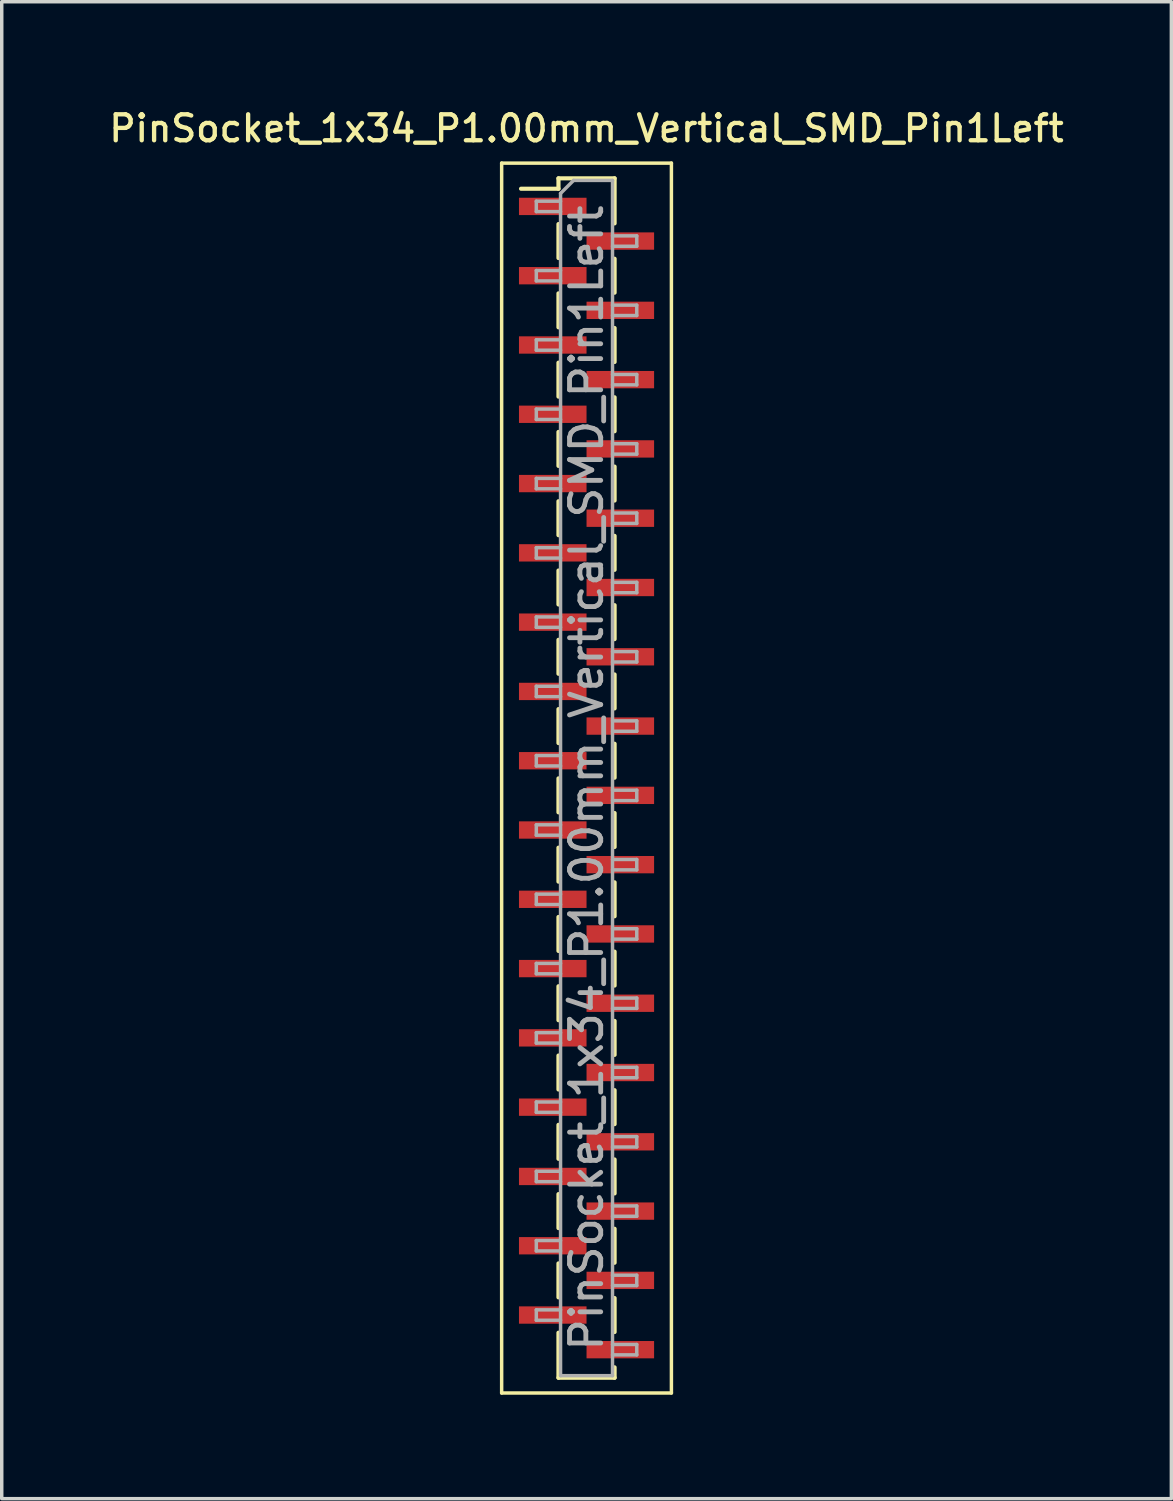
<source format=kicad_pcb>
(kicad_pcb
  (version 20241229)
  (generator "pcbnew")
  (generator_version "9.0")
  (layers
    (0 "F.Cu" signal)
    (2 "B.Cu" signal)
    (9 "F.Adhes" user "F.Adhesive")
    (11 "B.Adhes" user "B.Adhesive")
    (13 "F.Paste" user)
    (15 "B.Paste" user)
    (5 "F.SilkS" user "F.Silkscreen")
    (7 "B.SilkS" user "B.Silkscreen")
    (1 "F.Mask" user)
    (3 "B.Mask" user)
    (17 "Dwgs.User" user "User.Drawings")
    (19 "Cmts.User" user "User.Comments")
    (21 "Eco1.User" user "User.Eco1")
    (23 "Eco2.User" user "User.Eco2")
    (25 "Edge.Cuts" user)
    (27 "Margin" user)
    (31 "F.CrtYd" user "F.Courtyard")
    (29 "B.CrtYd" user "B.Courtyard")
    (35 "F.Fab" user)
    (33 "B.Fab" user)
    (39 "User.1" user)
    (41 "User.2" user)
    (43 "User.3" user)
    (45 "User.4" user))
  (footprint "PinSocket_1x34_P1.00mm_Vertical_SMD_Pin1Left"
    (layer "F.Cu")
    (at 13.88 19.408)
    (property "Reference" "PinSocket_1x34_P1.00mm_Vertical_SMD_Pin1Left" (at 0 -18.75 0) (layer "F.SilkS") (effects (font (size 0.75 0.75) (thickness 0.125))))
    (attr smd)
    (fp_line (start -2.45 -17.75) (end 2.45 -17.75) (stroke (width 0.1) (type solid)) (layer "F.SilkS"))
    (fp_line (start -2.45 17.75) (end -2.45 -17.75) (stroke (width 0.1) (type solid)) (layer "F.SilkS"))
    (fp_line (start -1.89 -17.01) (end -0.81 -17.01) (stroke (width 0.12) (type solid)) (layer "F.SilkS"))
    (fp_line (start -0.81 -17.31) (end -0.81 -17.01) (stroke (width 0.12) (type solid)) (layer "F.SilkS"))
    (fp_line (start -0.81 -17.31) (end 0.81 -17.31) (stroke (width 0.12) (type solid)) (layer "F.SilkS"))
    (fp_line (start -0.81 -15.99) (end -0.81 -15.01) (stroke (width 0.12) (type solid)) (layer "F.SilkS"))
    (fp_line (start -0.81 -13.99) (end -0.81 -13.01) (stroke (width 0.12) (type solid)) (layer "F.SilkS"))
    (fp_line (start -0.81 -11.99) (end -0.81 -11.01) (stroke (width 0.12) (type solid)) (layer "F.SilkS"))
    (fp_line (start -0.81 -9.99) (end -0.81 -9.01) (stroke (width 0.12) (type solid)) (layer "F.SilkS"))
    (fp_line (start -0.81 -7.99) (end -0.81 -7.01) (stroke (width 0.12) (type solid)) (layer "F.SilkS"))
    (fp_line (start -0.81 -5.99) (end -0.81 -5.01) (stroke (width 0.12) (type solid)) (layer "F.SilkS"))
    (fp_line (start -0.81 -3.99) (end -0.81 -3.01) (stroke (width 0.12) (type solid)) (layer "F.SilkS"))
    (fp_line (start -0.81 -1.99) (end -0.81 -1.01) (stroke (width 0.12) (type solid)) (layer "F.SilkS"))
    (fp_line (start -0.81 0.01) (end -0.81 0.99) (stroke (width 0.12) (type solid)) (layer "F.SilkS"))
    (fp_line (start -0.81 2.01) (end -0.81 2.99) (stroke (width 0.12) (type solid)) (layer "F.SilkS"))
    (fp_line (start -0.81 4.01) (end -0.81 4.99) (stroke (width 0.12) (type solid)) (layer "F.SilkS"))
    (fp_line (start -0.81 6.01) (end -0.81 6.99) (stroke (width 0.12) (type solid)) (layer "F.SilkS"))
    (fp_line (start -0.81 8.01) (end -0.81 8.99) (stroke (width 0.12) (type solid)) (layer "F.SilkS"))
    (fp_line (start -0.81 10.01) (end -0.81 10.99) (stroke (width 0.12) (type solid)) (layer "F.SilkS"))
    (fp_line (start -0.81 12.01) (end -0.81 12.99) (stroke (width 0.12) (type solid)) (layer "F.SilkS"))
    (fp_line (start -0.81 14.01) (end -0.81 14.99) (stroke (width 0.12) (type solid)) (layer "F.SilkS"))
    (fp_line (start -0.81 16.01) (end -0.81 17.31) (stroke (width 0.12) (type solid)) (layer "F.SilkS"))
    (fp_line (start -0.81 17.31) (end 0.81 17.31) (stroke (width 0.12) (type solid)) (layer "F.SilkS"))
    (fp_line (start 0.81 -17.31) (end 0.81 -16.01) (stroke (width 0.12) (type solid)) (layer "F.SilkS"))
    (fp_line (start 0.81 -14.99) (end 0.81 -14.01) (stroke (width 0.12) (type solid)) (layer "F.SilkS"))
    (fp_line (start 0.81 -12.99) (end 0.81 -12.01) (stroke (width 0.12) (type solid)) (layer "F.SilkS"))
    (fp_line (start 0.81 -10.99) (end 0.81 -10.01) (stroke (width 0.12) (type solid)) (layer "F.SilkS"))
    (fp_line (start 0.81 -8.99) (end 0.81 -8.01) (stroke (width 0.12) (type solid)) (layer "F.SilkS"))
    (fp_line (start 0.81 -6.99) (end 0.81 -6.01) (stroke (width 0.12) (type solid)) (layer "F.SilkS"))
    (fp_line (start 0.81 -4.99) (end 0.81 -4.01) (stroke (width 0.12) (type solid)) (layer "F.SilkS"))
    (fp_line (start 0.81 -2.99) (end 0.81 -2.01) (stroke (width 0.12) (type solid)) (layer "F.SilkS"))
    (fp_line (start 0.81 -0.99) (end 0.81 -0.01) (stroke (width 0.12) (type solid)) (layer "F.SilkS"))
    (fp_line (start 0.81 1.01) (end 0.81 1.99) (stroke (width 0.12) (type solid)) (layer "F.SilkS"))
    (fp_line (start 0.81 3.01) (end 0.81 3.99) (stroke (width 0.12) (type solid)) (layer "F.SilkS"))
    (fp_line (start 0.81 5.01) (end 0.81 5.99) (stroke (width 0.12) (type solid)) (layer "F.SilkS"))
    (fp_line (start 0.81 7.01) (end 0.81 7.99) (stroke (width 0.12) (type solid)) (layer "F.SilkS"))
    (fp_line (start 0.81 9.01) (end 0.81 9.99) (stroke (width 0.12) (type solid)) (layer "F.SilkS"))
    (fp_line (start 0.81 11.01) (end 0.81 11.99) (stroke (width 0.12) (type solid)) (layer "F.SilkS"))
    (fp_line (start 0.81 13.01) (end 0.81 13.99) (stroke (width 0.12) (type solid)) (layer "F.SilkS"))
    (fp_line (start 0.81 15.01) (end 0.81 15.99) (stroke (width 0.12) (type solid)) (layer "F.SilkS"))
    (fp_line (start 0.81 17.01) (end 0.81 17.31) (stroke (width 0.12) (type solid)) (layer "F.SilkS"))
    (fp_line (start 2.45 -17.75) (end 2.45 17.75) (stroke (width 0.1) (type solid)) (layer "F.SilkS"))
    (fp_line (start 2.45 17.75) (end -2.45 17.75) (stroke (width 0.1) (type solid)) (layer "F.SilkS"))
    (fp_line (start -1.45 -16.65) (end -0.75 -16.65) (stroke (width 0.1) (type solid)) (layer "F.Fab"))
    (fp_line (start -1.45 -16.35) (end -1.45 -16.65) (stroke (width 0.1) (type solid)) (layer "F.Fab"))
    (fp_line (start -1.45 -14.65) (end -0.75 -14.65) (stroke (width 0.1) (type solid)) (layer "F.Fab"))
    (fp_line (start -1.45 -14.35) (end -1.45 -14.65) (stroke (width 0.1) (type solid)) (layer "F.Fab"))
    (fp_line (start -1.45 -12.65) (end -0.75 -12.65) (stroke (width 0.1) (type solid)) (layer "F.Fab"))
    (fp_line (start -1.45 -12.35) (end -1.45 -12.65) (stroke (width 0.1) (type solid)) (layer "F.Fab"))
    (fp_line (start -1.45 -10.65) (end -0.75 -10.65) (stroke (width 0.1) (type solid)) (layer "F.Fab"))
    (fp_line (start -1.45 -10.35) (end -1.45 -10.65) (stroke (width 0.1) (type solid)) (layer "F.Fab"))
    (fp_line (start -1.45 -8.65) (end -0.75 -8.65) (stroke (width 0.1) (type solid)) (layer "F.Fab"))
    (fp_line (start -1.45 -8.35) (end -1.45 -8.65) (stroke (width 0.1) (type solid)) (layer "F.Fab"))
    (fp_line (start -1.45 -6.65) (end -0.75 -6.65) (stroke (width 0.1) (type solid)) (layer "F.Fab"))
    (fp_line (start -1.45 -6.35) (end -1.45 -6.65) (stroke (width 0.1) (type solid)) (layer "F.Fab"))
    (fp_line (start -1.45 -4.65) (end -0.75 -4.65) (stroke (width 0.1) (type solid)) (layer "F.Fab"))
    (fp_line (start -1.45 -4.35) (end -1.45 -4.65) (stroke (width 0.1) (type solid)) (layer "F.Fab"))
    (fp_line (start -1.45 -2.65) (end -0.75 -2.65) (stroke (width 0.1) (type solid)) (layer "F.Fab"))
    (fp_line (start -1.45 -2.35) (end -1.45 -2.65) (stroke (width 0.1) (type solid)) (layer "F.Fab"))
    (fp_line (start -1.45 -0.65) (end -0.75 -0.65) (stroke (width 0.1) (type solid)) (layer "F.Fab"))
    (fp_line (start -1.45 -0.35) (end -1.45 -0.65) (stroke (width 0.1) (type solid)) (layer "F.Fab"))
    (fp_line (start -1.45 1.35) (end -0.75 1.35) (stroke (width 0.1) (type solid)) (layer "F.Fab"))
    (fp_line (start -1.45 1.65) (end -1.45 1.35) (stroke (width 0.1) (type solid)) (layer "F.Fab"))
    (fp_line (start -1.45 3.35) (end -0.75 3.35) (stroke (width 0.1) (type solid)) (layer "F.Fab"))
    (fp_line (start -1.45 3.65) (end -1.45 3.35) (stroke (width 0.1) (type solid)) (layer "F.Fab"))
    (fp_line (start -1.45 5.35) (end -0.75 5.35) (stroke (width 0.1) (type solid)) (layer "F.Fab"))
    (fp_line (start -1.45 5.65) (end -1.45 5.35) (stroke (width 0.1) (type solid)) (layer "F.Fab"))
    (fp_line (start -1.45 7.35) (end -0.75 7.35) (stroke (width 0.1) (type solid)) (layer "F.Fab"))
    (fp_line (start -1.45 7.65) (end -1.45 7.35) (stroke (width 0.1) (type solid)) (layer "F.Fab"))
    (fp_line (start -1.45 9.35) (end -0.75 9.35) (stroke (width 0.1) (type solid)) (layer "F.Fab"))
    (fp_line (start -1.45 9.65) (end -1.45 9.35) (stroke (width 0.1) (type solid)) (layer "F.Fab"))
    (fp_line (start -1.45 11.35) (end -0.75 11.35) (stroke (width 0.1) (type solid)) (layer "F.Fab"))
    (fp_line (start -1.45 11.65) (end -1.45 11.35) (stroke (width 0.1) (type solid)) (layer "F.Fab"))
    (fp_line (start -1.45 13.35) (end -0.75 13.35) (stroke (width 0.1) (type solid)) (layer "F.Fab"))
    (fp_line (start -1.45 13.65) (end -1.45 13.35) (stroke (width 0.1) (type solid)) (layer "F.Fab"))
    (fp_line (start -1.45 15.35) (end -0.75 15.35) (stroke (width 0.1) (type solid)) (layer "F.Fab"))
    (fp_line (start -1.45 15.65) (end -1.45 15.35) (stroke (width 0.1) (type solid)) (layer "F.Fab"))
    (fp_line (start -0.75 -16.875) (end -0.375 -17.25) (stroke (width 0.1) (type solid)) (layer "F.Fab"))
    (fp_line (start -0.75 -16.35) (end -1.45 -16.35) (stroke (width 0.1) (type solid)) (layer "F.Fab"))
    (fp_line (start -0.75 -14.35) (end -1.45 -14.35) (stroke (width 0.1) (type solid)) (layer "F.Fab"))
    (fp_line (start -0.75 -12.35) (end -1.45 -12.35) (stroke (width 0.1) (type solid)) (layer "F.Fab"))
    (fp_line (start -0.75 -10.35) (end -1.45 -10.35) (stroke (width 0.1) (type solid)) (layer "F.Fab"))
    (fp_line (start -0.75 -8.35) (end -1.45 -8.35) (stroke (width 0.1) (type solid)) (layer "F.Fab"))
    (fp_line (start -0.75 -6.35) (end -1.45 -6.35) (stroke (width 0.1) (type solid)) (layer "F.Fab"))
    (fp_line (start -0.75 -4.35) (end -1.45 -4.35) (stroke (width 0.1) (type solid)) (layer "F.Fab"))
    (fp_line (start -0.75 -2.35) (end -1.45 -2.35) (stroke (width 0.1) (type solid)) (layer "F.Fab"))
    (fp_line (start -0.75 -0.35) (end -1.45 -0.35) (stroke (width 0.1) (type solid)) (layer "F.Fab"))
    (fp_line (start -0.75 1.65) (end -1.45 1.65) (stroke (width 0.1) (type solid)) (layer "F.Fab"))
    (fp_line (start -0.75 3.65) (end -1.45 3.65) (stroke (width 0.1) (type solid)) (layer "F.Fab"))
    (fp_line (start -0.75 5.65) (end -1.45 5.65) (stroke (width 0.1) (type solid)) (layer "F.Fab"))
    (fp_line (start -0.75 7.65) (end -1.45 7.65) (stroke (width 0.1) (type solid)) (layer "F.Fab"))
    (fp_line (start -0.75 9.65) (end -1.45 9.65) (stroke (width 0.1) (type solid)) (layer "F.Fab"))
    (fp_line (start -0.75 11.65) (end -1.45 11.65) (stroke (width 0.1) (type solid)) (layer "F.Fab"))
    (fp_line (start -0.75 13.65) (end -1.45 13.65) (stroke (width 0.1) (type solid)) (layer "F.Fab"))
    (fp_line (start -0.75 15.65) (end -1.45 15.65) (stroke (width 0.1) (type solid)) (layer "F.Fab"))
    (fp_line (start -0.75 17.25) (end -0.75 -16.875) (stroke (width 0.1) (type solid)) (layer "F.Fab"))
    (fp_line (start -0.375 -17.25) (end 0.75 -17.25) (stroke (width 0.1) (type solid)) (layer "F.Fab"))
    (fp_line (start 0.75 -17.25) (end 0.75 17.25) (stroke (width 0.1) (type solid)) (layer "F.Fab"))
    (fp_line (start 0.75 -15.65) (end 1.45 -15.65) (stroke (width 0.1) (type solid)) (layer "F.Fab"))
    (fp_line (start 0.75 -13.65) (end 1.45 -13.65) (stroke (width 0.1) (type solid)) (layer "F.Fab"))
    (fp_line (start 0.75 -11.65) (end 1.45 -11.65) (stroke (width 0.1) (type solid)) (layer "F.Fab"))
    (fp_line (start 0.75 -9.65) (end 1.45 -9.65) (stroke (width 0.1) (type solid)) (layer "F.Fab"))
    (fp_line (start 0.75 -7.65) (end 1.45 -7.65) (stroke (width 0.1) (type solid)) (layer "F.Fab"))
    (fp_line (start 0.75 -5.65) (end 1.45 -5.65) (stroke (width 0.1) (type solid)) (layer "F.Fab"))
    (fp_line (start 0.75 -3.65) (end 1.45 -3.65) (stroke (width 0.1) (type solid)) (layer "F.Fab"))
    (fp_line (start 0.75 -1.65) (end 1.45 -1.65) (stroke (width 0.1) (type solid)) (layer "F.Fab"))
    (fp_line (start 0.75 0.35) (end 1.45 0.35) (stroke (width 0.1) (type solid)) (layer "F.Fab"))
    (fp_line (start 0.75 2.35) (end 1.45 2.35) (stroke (width 0.1) (type solid)) (layer "F.Fab"))
    (fp_line (start 0.75 4.35) (end 1.45 4.35) (stroke (width 0.1) (type solid)) (layer "F.Fab"))
    (fp_line (start 0.75 6.35) (end 1.45 6.35) (stroke (width 0.1) (type solid)) (layer "F.Fab"))
    (fp_line (start 0.75 8.35) (end 1.45 8.35) (stroke (width 0.1) (type solid)) (layer "F.Fab"))
    (fp_line (start 0.75 10.35) (end 1.45 10.35) (stroke (width 0.1) (type solid)) (layer "F.Fab"))
    (fp_line (start 0.75 12.35) (end 1.45 12.35) (stroke (width 0.1) (type solid)) (layer "F.Fab"))
    (fp_line (start 0.75 14.35) (end 1.45 14.35) (stroke (width 0.1) (type solid)) (layer "F.Fab"))
    (fp_line (start 0.75 16.35) (end 1.45 16.35) (stroke (width 0.1) (type solid)) (layer "F.Fab"))
    (fp_line (start 0.75 17.25) (end -0.75 17.25) (stroke (width 0.1) (type solid)) (layer "F.Fab"))
    (fp_line (start 1.45 -15.65) (end 1.45 -15.35) (stroke (width 0.1) (type solid)) (layer "F.Fab"))
    (fp_line (start 1.45 -15.35) (end 0.75 -15.35) (stroke (width 0.1) (type solid)) (layer "F.Fab"))
    (fp_line (start 1.45 -13.65) (end 1.45 -13.35) (stroke (width 0.1) (type solid)) (layer "F.Fab"))
    (fp_line (start 1.45 -13.35) (end 0.75 -13.35) (stroke (width 0.1) (type solid)) (layer "F.Fab"))
    (fp_line (start 1.45 -11.65) (end 1.45 -11.35) (stroke (width 0.1) (type solid)) (layer "F.Fab"))
    (fp_line (start 1.45 -11.35) (end 0.75 -11.35) (stroke (width 0.1) (type solid)) (layer "F.Fab"))
    (fp_line (start 1.45 -9.65) (end 1.45 -9.35) (stroke (width 0.1) (type solid)) (layer "F.Fab"))
    (fp_line (start 1.45 -9.35) (end 0.75 -9.35) (stroke (width 0.1) (type solid)) (layer "F.Fab"))
    (fp_line (start 1.45 -7.65) (end 1.45 -7.35) (stroke (width 0.1) (type solid)) (layer "F.Fab"))
    (fp_line (start 1.45 -7.35) (end 0.75 -7.35) (stroke (width 0.1) (type solid)) (layer "F.Fab"))
    (fp_line (start 1.45 -5.65) (end 1.45 -5.35) (stroke (width 0.1) (type solid)) (layer "F.Fab"))
    (fp_line (start 1.45 -5.35) (end 0.75 -5.35) (stroke (width 0.1) (type solid)) (layer "F.Fab"))
    (fp_line (start 1.45 -3.65) (end 1.45 -3.35) (stroke (width 0.1) (type solid)) (layer "F.Fab"))
    (fp_line (start 1.45 -3.35) (end 0.75 -3.35) (stroke (width 0.1) (type solid)) (layer "F.Fab"))
    (fp_line (start 1.45 -1.65) (end 1.45 -1.35) (stroke (width 0.1) (type solid)) (layer "F.Fab"))
    (fp_line (start 1.45 -1.35) (end 0.75 -1.35) (stroke (width 0.1) (type solid)) (layer "F.Fab"))
    (fp_line (start 1.45 0.35) (end 1.45 0.65) (stroke (width 0.1) (type solid)) (layer "F.Fab"))
    (fp_line (start 1.45 0.65) (end 0.75 0.65) (stroke (width 0.1) (type solid)) (layer "F.Fab"))
    (fp_line (start 1.45 2.35) (end 1.45 2.65) (stroke (width 0.1) (type solid)) (layer "F.Fab"))
    (fp_line (start 1.45 2.65) (end 0.75 2.65) (stroke (width 0.1) (type solid)) (layer "F.Fab"))
    (fp_line (start 1.45 4.35) (end 1.45 4.65) (stroke (width 0.1) (type solid)) (layer "F.Fab"))
    (fp_line (start 1.45 4.65) (end 0.75 4.65) (stroke (width 0.1) (type solid)) (layer "F.Fab"))
    (fp_line (start 1.45 6.35) (end 1.45 6.65) (stroke (width 0.1) (type solid)) (layer "F.Fab"))
    (fp_line (start 1.45 6.65) (end 0.75 6.65) (stroke (width 0.1) (type solid)) (layer "F.Fab"))
    (fp_line (start 1.45 8.35) (end 1.45 8.65) (stroke (width 0.1) (type solid)) (layer "F.Fab"))
    (fp_line (start 1.45 8.65) (end 0.75 8.65) (stroke (width 0.1) (type solid)) (layer "F.Fab"))
    (fp_line (start 1.45 10.35) (end 1.45 10.65) (stroke (width 0.1) (type solid)) (layer "F.Fab"))
    (fp_line (start 1.45 10.65) (end 0.75 10.65) (stroke (width 0.1) (type solid)) (layer "F.Fab"))
    (fp_line (start 1.45 12.35) (end 1.45 12.65) (stroke (width 0.1) (type solid)) (layer "F.Fab"))
    (fp_line (start 1.45 12.65) (end 0.75 12.65) (stroke (width 0.1) (type solid)) (layer "F.Fab"))
    (fp_line (start 1.45 14.35) (end 1.45 14.65) (stroke (width 0.1) (type solid)) (layer "F.Fab"))
    (fp_line (start 1.45 14.65) (end 0.75 14.65) (stroke (width 0.1) (type solid)) (layer "F.Fab"))
    (fp_line (start 1.45 16.35) (end 1.45 16.65) (stroke (width 0.1) (type solid)) (layer "F.Fab"))
    (fp_line (start 1.45 16.65) (end 0.75 16.65) (stroke (width 0.1) (type solid)) (layer "F.Fab"))
    (fp_text user "${REFERENCE}" (at 0 0 90) (layer "F.Fab") (effects (font (size 0.9 0.9) (thickness 0.14))))
    (pad "1" smd rect (at -0.975 -16.5) (size 1.95 0.5) (layers "F.Cu" "F.Mask" "F.Paste"))
    (pad "2" smd rect (at 0.975 -15.5) (size 1.95 0.5) (layers "F.Cu" "F.Mask" "F.Paste"))
    (pad "3" smd rect (at -0.975 -14.5) (size 1.95 0.5) (layers "F.Cu" "F.Mask" "F.Paste"))
    (pad "4" smd rect (at 0.975 -13.5) (size 1.95 0.5) (layers "F.Cu" "F.Mask" "F.Paste"))
    (pad "5" smd rect (at -0.975 -12.5) (size 1.95 0.5) (layers "F.Cu" "F.Mask" "F.Paste"))
    (pad "6" smd rect (at 0.975 -11.5) (size 1.95 0.5) (layers "F.Cu" "F.Mask" "F.Paste"))
    (pad "7" smd rect (at -0.975 -10.5) (size 1.95 0.5) (layers "F.Cu" "F.Mask" "F.Paste"))
    (pad "8" smd rect (at 0.975 -9.5) (size 1.95 0.5) (layers "F.Cu" "F.Mask" "F.Paste"))
    (pad "9" smd rect (at -0.975 -8.5) (size 1.95 0.5) (layers "F.Cu" "F.Mask" "F.Paste"))
    (pad "10" smd rect (at 0.975 -7.5) (size 1.95 0.5) (layers "F.Cu" "F.Mask" "F.Paste"))
    (pad "11" smd rect (at -0.975 -6.5) (size 1.95 0.5) (layers "F.Cu" "F.Mask" "F.Paste"))
    (pad "12" smd rect (at 0.975 -5.5) (size 1.95 0.5) (layers "F.Cu" "F.Mask" "F.Paste"))
    (pad "13" smd rect (at -0.975 -4.5) (size 1.95 0.5) (layers "F.Cu" "F.Mask" "F.Paste"))
    (pad "14" smd rect (at 0.975 -3.5) (size 1.95 0.5) (layers "F.Cu" "F.Mask" "F.Paste"))
    (pad "15" smd rect (at -0.975 -2.5) (size 1.95 0.5) (layers "F.Cu" "F.Mask" "F.Paste"))
    (pad "16" smd rect (at 0.975 -1.5) (size 1.95 0.5) (layers "F.Cu" "F.Mask" "F.Paste"))
    (pad "17" smd rect (at -0.975 -0.5) (size 1.95 0.5) (layers "F.Cu" "F.Mask" "F.Paste"))
    (pad "18" smd rect (at 0.975 0.5) (size 1.95 0.5) (layers "F.Cu" "F.Mask" "F.Paste"))
    (pad "19" smd rect (at -0.975 1.5) (size 1.95 0.5) (layers "F.Cu" "F.Mask" "F.Paste"))
    (pad "20" smd rect (at 0.975 2.5) (size 1.95 0.5) (layers "F.Cu" "F.Mask" "F.Paste"))
    (pad "21" smd rect (at -0.975 3.5) (size 1.95 0.5) (layers "F.Cu" "F.Mask" "F.Paste"))
    (pad "22" smd rect (at 0.975 4.5) (size 1.95 0.5) (layers "F.Cu" "F.Mask" "F.Paste"))
    (pad "23" smd rect (at -0.975 5.5) (size 1.95 0.5) (layers "F.Cu" "F.Mask" "F.Paste"))
    (pad "24" smd rect (at 0.975 6.5) (size 1.95 0.5) (layers "F.Cu" "F.Mask" "F.Paste"))
    (pad "25" smd rect (at -0.975 7.5) (size 1.95 0.5) (layers "F.Cu" "F.Mask" "F.Paste"))
    (pad "26" smd rect (at 0.975 8.5) (size 1.95 0.5) (layers "F.Cu" "F.Mask" "F.Paste"))
    (pad "27" smd rect (at -0.975 9.5) (size 1.95 0.5) (layers "F.Cu" "F.Mask" "F.Paste"))
    (pad "28" smd rect (at 0.975 10.5) (size 1.95 0.5) (layers "F.Cu" "F.Mask" "F.Paste"))
    (pad "29" smd rect (at -0.975 11.5) (size 1.95 0.5) (layers "F.Cu" "F.Mask" "F.Paste"))
    (pad "30" smd rect (at 0.975 12.5) (size 1.95 0.5) (layers "F.Cu" "F.Mask" "F.Paste"))
    (pad "31" smd rect (at -0.975 13.5) (size 1.95 0.5) (layers "F.Cu" "F.Mask" "F.Paste"))
    (pad "32" smd rect (at 0.975 14.5) (size 1.95 0.5) (layers "F.Cu" "F.Mask" "F.Paste"))
    (pad "33" smd rect (at -0.975 15.5) (size 1.95 0.5) (layers "F.Cu" "F.Mask" "F.Paste"))
    (pad "34" smd rect (at 0.975 16.5) (size 1.95 0.5) (layers "F.Cu" "F.Mask" "F.Paste")))
  (gr_rect
    (start -3 -3)
    (end 30.761 40.208)
    (stroke (width 0.1) (type default))
    (fill no)
    (layer "Edge.Cuts")))
</source>
